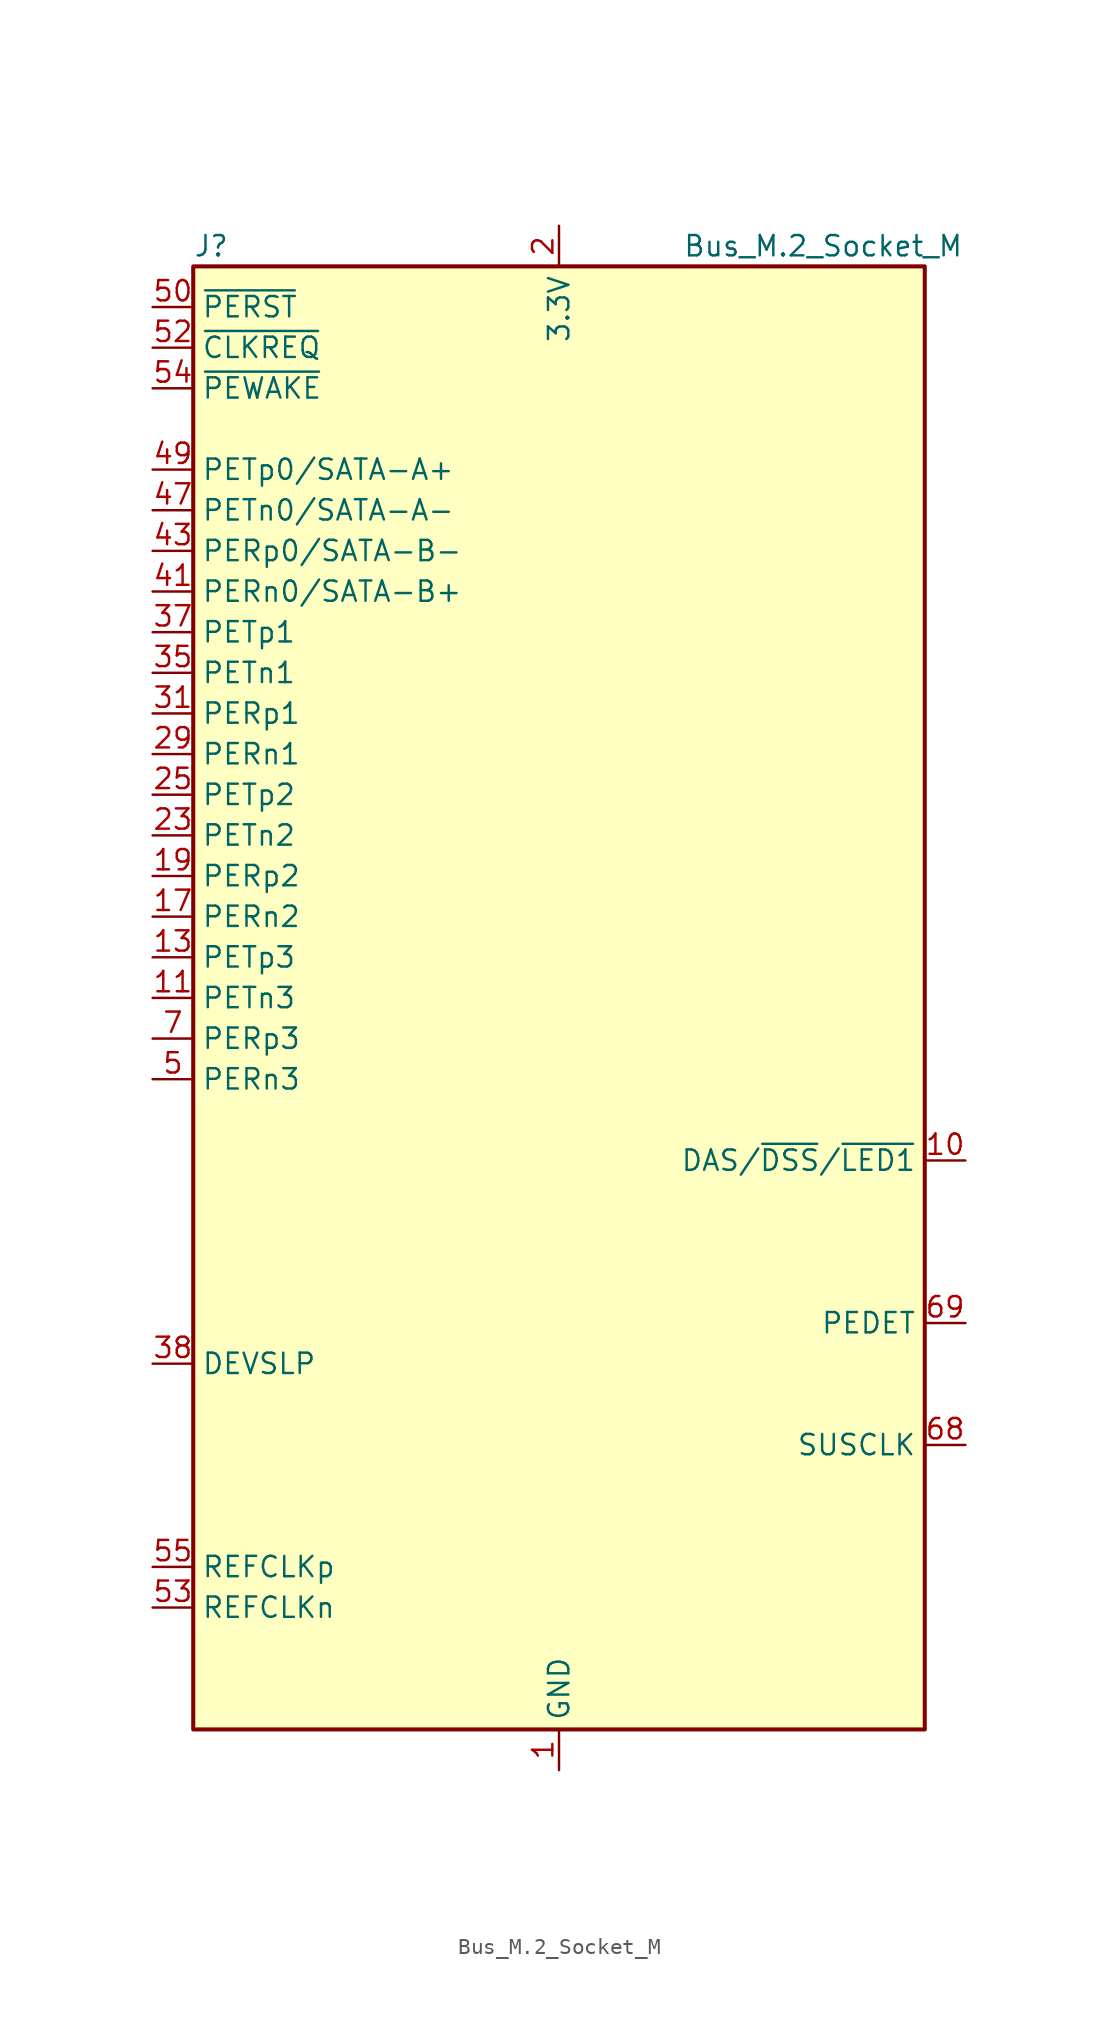
<source format=kicad_sym>
(kicad_symbol_lib
  (version 20200908)
  (generator kicad_symbol_editor)
  (symbol "Connector:Bus_M.2_Socket_M"
    (property "Reference" "J"
      (at -22.86 46.99 0)
      (effects (font (size 1.27 1.27)) (justify left)))
    (property "Value" "Bus_M.2_Socket_M"
      (at 16.51 46.99 0)
      (effects (font (size 1.27 1.27))))
    (symbol "Bus_M.2_Socket_M_0_1"
      (rectangle (start -22.86 45.72) (end 22.86 -45.72) (stroke (width 0.254)) (fill (type background))))
    (symbol "Bus_M.2_Socket_M_1_1"
      (pin power_in line (at 0 -48.26 90) (length 2.54) (name "GND" (effects (font (size 1.27 1.27)))) (number "1" (effects (font (size 1.27 1.27)))))
      (pin bidirectional line (at 25.4 -10.16 180) (length 2.54) (name "DAS/~DSS~/~LED1" (effects (font (size 1.27 1.27)))) (number "10" (effects (font (size 1.27 1.27)))))
      (pin output line (at -25.4 0 0) (length 2.54) (name "PETn3" (effects (font (size 1.27 1.27)))) (number "11" (effects (font (size 1.27 1.27)))))
      (pin passive line (at 0 48.26 270) (length 2.54) hide (name "3.3V" (effects (font (size 1.27 1.27)))) (number "12" (effects (font (size 1.27 1.27)))))
      (pin output line (at -25.4 2.54 0) (length 2.54) (name "PETp3" (effects (font (size 1.27 1.27)))) (number "13" (effects (font (size 1.27 1.27)))))
      (pin passive line (at 0 48.26 270) (length 2.54) hide (name "3.3V" (effects (font (size 1.27 1.27)))) (number "14" (effects (font (size 1.27 1.27)))))
      (pin passive line (at 0 -48.26 90) (length 2.54) hide (name "GND" (effects (font (size 1.27 1.27)))) (number "15" (effects (font (size 1.27 1.27)))))
      (pin passive line (at 0 48.26 270) (length 2.54) hide (name "3.3V" (effects (font (size 1.27 1.27)))) (number "16" (effects (font (size 1.27 1.27)))))
      (pin input line (at -25.4 5.08 0) (length 2.54) (name "PERn2" (effects (font (size 1.27 1.27)))) (number "17" (effects (font (size 1.27 1.27)))))
      (pin passive line (at 0 48.26 270) (length 2.54) hide (name "3.3V" (effects (font (size 1.27 1.27)))) (number "18" (effects (font (size 1.27 1.27)))))
      (pin input line (at -25.4 7.62 0) (length 2.54) (name "PERp2" (effects (font (size 1.27 1.27)))) (number "19" (effects (font (size 1.27 1.27)))))
      (pin power_in line (at 0 48.26 270) (length 2.54) (name "3.3V" (effects (font (size 1.27 1.27)))) (number "2" (effects (font (size 1.27 1.27)))))
      (pin unconnected line (at 22.86 2.54 180) (length 2.54) hide (name "NC" (effects (font (size 1.27 1.27)))) (number "20" (effects (font (size 1.27 1.27)))))
      (pin passive line (at 0 -48.26 90) (length 2.54) hide (name "GND" (effects (font (size 1.27 1.27)))) (number "21" (effects (font (size 1.27 1.27)))))
      (pin unconnected line (at 22.86 5.08 180) (length 2.54) hide (name "NC" (effects (font (size 1.27 1.27)))) (number "22" (effects (font (size 1.27 1.27)))))
      (pin output line (at -25.4 10.16 0) (length 2.54) (name "PETn2" (effects (font (size 1.27 1.27)))) (number "23" (effects (font (size 1.27 1.27)))))
      (pin unconnected line (at 22.86 7.62 180) (length 2.54) hide (name "NC" (effects (font (size 1.27 1.27)))) (number "24" (effects (font (size 1.27 1.27)))))
      (pin output line (at -25.4 12.7 0) (length 2.54) (name "PETp2" (effects (font (size 1.27 1.27)))) (number "25" (effects (font (size 1.27 1.27)))))
      (pin unconnected line (at 22.86 10.16 180) (length 2.54) hide (name "NC" (effects (font (size 1.27 1.27)))) (number "26" (effects (font (size 1.27 1.27)))))
      (pin passive line (at 0 -48.26 90) (length 2.54) hide (name "GND" (effects (font (size 1.27 1.27)))) (number "27" (effects (font (size 1.27 1.27)))))
      (pin unconnected line (at 22.86 12.7 180) (length 2.54) hide (name "NC" (effects (font (size 1.27 1.27)))) (number "28" (effects (font (size 1.27 1.27)))))
      (pin input line (at -25.4 15.24 0) (length 2.54) (name "PERn1" (effects (font (size 1.27 1.27)))) (number "29" (effects (font (size 1.27 1.27)))))
      (pin passive line (at 0 -48.26 90) (length 2.54) hide (name "GND" (effects (font (size 1.27 1.27)))) (number "3" (effects (font (size 1.27 1.27)))))
      (pin unconnected line (at 22.86 15.24 180) (length 2.54) hide (name "NC" (effects (font (size 1.27 1.27)))) (number "30" (effects (font (size 1.27 1.27)))))
      (pin input line (at -25.4 17.78 0) (length 2.54) (name "PERp1" (effects (font (size 1.27 1.27)))) (number "31" (effects (font (size 1.27 1.27)))))
      (pin unconnected line (at 22.86 17.78 180) (length 2.54) hide (name "NC" (effects (font (size 1.27 1.27)))) (number "32" (effects (font (size 1.27 1.27)))))
      (pin passive line (at 0 -48.26 90) (length 2.54) hide (name "GND" (effects (font (size 1.27 1.27)))) (number "33" (effects (font (size 1.27 1.27)))))
      (pin unconnected line (at 22.86 20.32 180) (length 2.54) hide (name "NC" (effects (font (size 1.27 1.27)))) (number "34" (effects (font (size 1.27 1.27)))))
      (pin output line (at -25.4 20.32 0) (length 2.54) (name "PETn1" (effects (font (size 1.27 1.27)))) (number "35" (effects (font (size 1.27 1.27)))))
      (pin unconnected line (at 22.86 22.86 180) (length 2.54) hide (name "NC" (effects (font (size 1.27 1.27)))) (number "36" (effects (font (size 1.27 1.27)))))
      (pin output line (at -25.4 22.86 0) (length 2.54) (name "PETp1" (effects (font (size 1.27 1.27)))) (number "37" (effects (font (size 1.27 1.27)))))
      (pin output line (at -25.4 -22.86 0) (length 2.54) (name "DEVSLP" (effects (font (size 1.27 1.27)))) (number "38" (effects (font (size 1.27 1.27)))))
      (pin passive line (at 0 -48.26 90) (length 2.54) hide (name "GND" (effects (font (size 1.27 1.27)))) (number "39" (effects (font (size 1.27 1.27)))))
      (pin passive line (at 0 48.26 270) (length 2.54) hide (name "3.3V" (effects (font (size 1.27 1.27)))) (number "4" (effects (font (size 1.27 1.27)))))
      (pin unconnected line (at 22.86 25.4 180) (length 2.54) hide (name "NC" (effects (font (size 1.27 1.27)))) (number "40" (effects (font (size 1.27 1.27)))))
      (pin input line (at -25.4 25.4 0) (length 2.54) (name "PERn0/SATA-B+" (effects (font (size 1.27 1.27)))) (number "41" (effects (font (size 1.27 1.27)))))
      (pin unconnected line (at 22.86 27.94 180) (length 2.54) hide (name "NC" (effects (font (size 1.27 1.27)))) (number "42" (effects (font (size 1.27 1.27)))))
      (pin input line (at -25.4 27.94 0) (length 2.54) (name "PERp0/SATA-B-" (effects (font (size 1.27 1.27)))) (number "43" (effects (font (size 1.27 1.27)))))
      (pin unconnected line (at 22.86 30.48 180) (length 2.54) hide (name "NC" (effects (font (size 1.27 1.27)))) (number "44" (effects (font (size 1.27 1.27)))))
      (pin passive line (at 0 -48.26 90) (length 2.54) hide (name "GND" (effects (font (size 1.27 1.27)))) (number "45" (effects (font (size 1.27 1.27)))))
      (pin unconnected line (at 22.86 33.02 180) (length 2.54) hide (name "NC" (effects (font (size 1.27 1.27)))) (number "46" (effects (font (size 1.27 1.27)))))
      (pin output line (at -25.4 30.48 0) (length 2.54) (name "PETn0/SATA-A-" (effects (font (size 1.27 1.27)))) (number "47" (effects (font (size 1.27 1.27)))))
      (pin unconnected line (at 22.86 35.56 180) (length 2.54) hide (name "NC" (effects (font (size 1.27 1.27)))) (number "48" (effects (font (size 1.27 1.27)))))
      (pin output line (at -25.4 33.02 0) (length 2.54) (name "PETp0/SATA-A+" (effects (font (size 1.27 1.27)))) (number "49" (effects (font (size 1.27 1.27)))))
      (pin input line (at -25.4 -5.08 0) (length 2.54) (name "PERn3" (effects (font (size 1.27 1.27)))) (number "5" (effects (font (size 1.27 1.27)))))
      (pin output line (at -25.4 43.18 0) (length 2.54) (name "~PERST" (effects (font (size 1.27 1.27)))) (number "50" (effects (font (size 1.27 1.27)))))
      (pin passive line (at 0 -48.26 90) (length 2.54) hide (name "GND" (effects (font (size 1.27 1.27)))) (number "51" (effects (font (size 1.27 1.27)))))
      (pin bidirectional line (at -25.4 40.64 0) (length 2.54) (name "~CLKREQ" (effects (font (size 1.27 1.27)))) (number "52" (effects (font (size 1.27 1.27)))))
      (pin output line (at -25.4 -38.1 0) (length 2.54) (name "REFCLKn" (effects (font (size 1.27 1.27)))) (number "53" (effects (font (size 1.27 1.27)))))
      (pin bidirectional line (at -25.4 38.1 0) (length 2.54) (name "~PEWAKE" (effects (font (size 1.27 1.27)))) (number "54" (effects (font (size 1.27 1.27)))))
      (pin output line (at -25.4 -35.56 0) (length 2.54) (name "REFCLKp" (effects (font (size 1.27 1.27)))) (number "55" (effects (font (size 1.27 1.27)))))
      (pin unconnected line (at 22.86 38.1 180) (length 2.54) hide (name "NC" (effects (font (size 1.27 1.27)))) (number "56" (effects (font (size 1.27 1.27)))))
      (pin passive line (at 0 -48.26 90) (length 2.54) hide (name "GND" (effects (font (size 1.27 1.27)))) (number "57" (effects (font (size 1.27 1.27)))))
      (pin unconnected line (at 22.86 40.64 180) (length 2.54) hide (name "NC" (effects (font (size 1.27 1.27)))) (number "58" (effects (font (size 1.27 1.27)))))
      (pin unconnected line (at 22.86 -2.54 180) (length 2.54) hide (name "NC" (effects (font (size 1.27 1.27)))) (number "6" (effects (font (size 1.27 1.27)))))
      (pin unconnected line (at 22.86 -5.08 180) (length 2.54) hide (name "NC" (effects (font (size 1.27 1.27)))) (number "67" (effects (font (size 1.27 1.27)))))
      (pin output line (at 25.4 -27.94 180) (length 2.54) (name "SUSCLK" (effects (font (size 1.27 1.27)))) (number "68" (effects (font (size 1.27 1.27)))))
      (pin passive line (at 25.4 -20.32 180) (length 2.54) (name "PEDET" (effects (font (size 1.27 1.27)))) (number "69" (effects (font (size 1.27 1.27)))))
      (pin input line (at -25.4 -2.54 0) (length 2.54) (name "PERp3" (effects (font (size 1.27 1.27)))) (number "7" (effects (font (size 1.27 1.27)))))
      (pin passive line (at 0 48.26 270) (length 2.54) hide (name "3.3V" (effects (font (size 1.27 1.27)))) (number "70" (effects (font (size 1.27 1.27)))))
      (pin passive line (at 0 -48.26 90) (length 2.54) hide (name "GND" (effects (font (size 1.27 1.27)))) (number "71" (effects (font (size 1.27 1.27)))))
      (pin passive line (at 0 48.26 270) (length 2.54) hide (name "3.3V" (effects (font (size 1.27 1.27)))) (number "72" (effects (font (size 1.27 1.27)))))
      (pin passive line (at 0 -48.26 90) (length 2.54) hide (name "GND" (effects (font (size 1.27 1.27)))) (number "73" (effects (font (size 1.27 1.27)))))
      (pin passive line (at 0 48.26 270) (length 2.54) hide (name "3.3V" (effects (font (size 1.27 1.27)))) (number "74" (effects (font (size 1.27 1.27)))))
      (pin passive line (at 0 -48.26 90) (length 2.54) hide (name "GND" (effects (font (size 1.27 1.27)))) (number "75" (effects (font (size 1.27 1.27)))))
      (pin unconnected line (at 22.86 0 180) (length 2.54) hide (name "NC" (effects (font (size 1.27 1.27)))) (number "8" (effects (font (size 1.27 1.27)))))
      (pin passive line (at 0 -48.26 90) (length 2.54) hide (name "GND" (effects (font (size 1.27 1.27)))) (number "9" (effects (font (size 1.27 1.27))))))))
</source>
